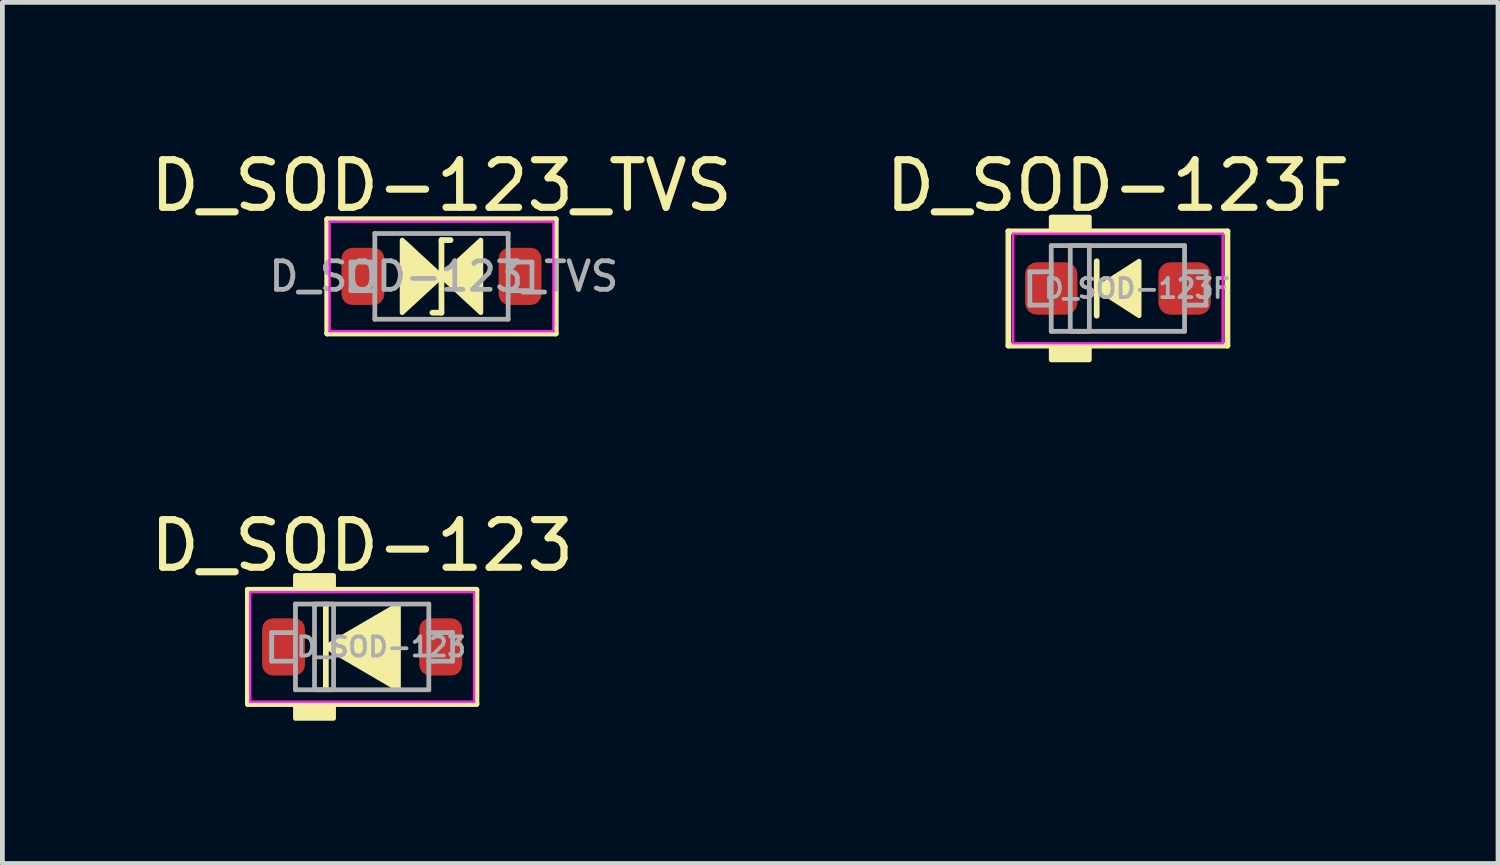
<source format=kicad_pcb>
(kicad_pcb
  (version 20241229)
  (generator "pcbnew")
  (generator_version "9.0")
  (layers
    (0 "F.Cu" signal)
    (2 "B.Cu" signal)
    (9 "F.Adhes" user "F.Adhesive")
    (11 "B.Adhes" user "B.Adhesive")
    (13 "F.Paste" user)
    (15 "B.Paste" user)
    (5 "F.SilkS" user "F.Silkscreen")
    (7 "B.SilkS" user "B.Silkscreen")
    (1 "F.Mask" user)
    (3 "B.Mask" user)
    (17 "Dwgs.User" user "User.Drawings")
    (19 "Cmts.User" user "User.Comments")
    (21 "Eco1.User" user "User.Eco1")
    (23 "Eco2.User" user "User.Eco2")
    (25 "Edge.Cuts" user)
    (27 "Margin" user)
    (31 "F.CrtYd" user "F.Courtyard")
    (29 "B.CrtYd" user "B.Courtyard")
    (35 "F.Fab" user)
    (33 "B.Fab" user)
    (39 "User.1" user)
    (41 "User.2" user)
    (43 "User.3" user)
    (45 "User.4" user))
  (footprint "D_SOD-123_TVS"
    (layer "F.Cu")
    (at 6.22 2.753)
    (property "Reference" "D_SOD-123_TVS" (at 0 -1.905 0) (layer "F.SilkS") (effects (font (size 1 1) (thickness 0.15))))
    (attr smd)
    (fp_line (start -2.4 -1.2) (end -2.4 1.2) (stroke (width 0.12) (type solid)) (layer "F.SilkS"))
    (fp_line (start -2.4 1.2) (end 2.4 1.2) (stroke (width 0.12) (type solid)) (layer "F.SilkS"))
    (fp_line (start -0.191 0.762) (end 0 0.762) (stroke (width 0.12) (type solid)) (layer "F.SilkS"))
    (fp_line (start 0 -0.762) (end 0 0.762) (stroke (width 0.12) (type solid)) (layer "F.SilkS"))
    (fp_line (start 0 -0.762) (end 0.191 -0.762) (stroke (width 0.12) (type solid)) (layer "F.SilkS"))
    (fp_line (start 2.4 -1.2) (end -2.4 -1.2) (stroke (width 0.12) (type solid)) (layer "F.SilkS"))
    (fp_line (start 2.4 1.2) (end 2.4 -1.2) (stroke (width 0.12) (type solid)) (layer "F.SilkS"))
    (fp_poly (pts (xy 0 0) (xy -0.826 0.762) (xy -0.826 -0.762)) (stroke (width 0.1) (type solid)) (fill yes) (layer "F.SilkS"))
    (fp_poly (pts (xy 0 0) (xy 0.826 -0.762) (xy 0.826 0.762)) (stroke (width 0.1) (type solid)) (fill yes) (layer "F.SilkS"))
    (fp_line (start -2.35 -1.15) (end -2.35 1.15) (stroke (width 0.05) (type solid)) (layer "F.CrtYd"))
    (fp_line (start -2.35 -1.15) (end 2.35 -1.15) (stroke (width 0.05) (type solid)) (layer "F.CrtYd"))
    (fp_line (start 2.35 -1.15) (end 2.35 1.15) (stroke (width 0.05) (type solid)) (layer "F.CrtYd"))
    (fp_line (start 2.35 1.15) (end -2.35 1.15) (stroke (width 0.05) (type solid)) (layer "F.CrtYd"))
    (fp_line (start -1.9 -0.3) (end -1.9 0.3) (stroke (width 0.1) (type solid)) (layer "F.Fab"))
    (fp_line (start -1.9 0.3) (end -1.4 0.3) (stroke (width 0.1) (type solid)) (layer "F.Fab"))
    (fp_line (start -1.4 -0.9) (end 1.4 -0.9) (stroke (width 0.1) (type solid)) (layer "F.Fab"))
    (fp_line (start -1.4 -0.3) (end -1.9 -0.3) (stroke (width 0.1) (type solid)) (layer "F.Fab"))
    (fp_line (start -1.4 0.9) (end -1.4 -0.9) (stroke (width 0.1) (type solid)) (layer "F.Fab"))
    (fp_line (start 1.4 -0.9) (end 1.4 0.9) (stroke (width 0.1) (type solid)) (layer "F.Fab"))
    (fp_line (start 1.4 -0.3) (end 1.9 -0.3) (stroke (width 0.1) (type solid)) (layer "F.Fab"))
    (fp_line (start 1.4 0.9) (end -1.4 0.9) (stroke (width 0.1) (type solid)) (layer "F.Fab"))
    (fp_line (start 1.5 0.3) (end 1.4 0.3) (stroke (width 0.1) (type solid)) (layer "F.Fab"))
    (fp_line (start 1.9 -0.3) (end 1.9 0.3) (stroke (width 0.1) (type solid)) (layer "F.Fab"))
    (fp_line (start 1.9 0.3) (end 1.5 0.3) (stroke (width 0.1) (type solid)) (layer "F.Fab"))
    (fp_text user "${REFERENCE}" (at 0.05 0 0) (layer "F.Fab") (effects (font (size 0.6 0.6) (thickness 0.1))))
    (pad "1" smd roundrect (at -1.65 0) (size 0.9 1.2) (layers "F.Cu" "F.Mask" "F.Paste") (roundrect_rratio 0.25))
    (pad "2" smd roundrect (at 1.65 0) (size 0.9 1.2) (layers "F.Cu" "F.Mask" "F.Paste") (roundrect_rratio 0.25)))
  (footprint "D_SOD-123"
    (layer "F.Cu")
    (at 4.554 10.533)
    (property "Reference" "D_SOD-123" (at 0 -2.127 0) (layer "F.SilkS") (effects (font (size 1 1) (thickness 0.15))))
    (attr smd)
    (fp_line (start -2.4 -1.2) (end -2.4 1.2) (stroke (width 0.12) (type solid)) (layer "F.SilkS"))
    (fp_line (start -2.4 1.2) (end 2.4 1.2) (stroke (width 0.12) (type solid)) (layer "F.SilkS"))
    (fp_line (start -0.762 -0.889) (end -0.762 0.889) (stroke (width 0.12) (type solid)) (layer "F.SilkS"))
    (fp_line (start 2.4 -1.2) (end -2.4 -1.2) (stroke (width 0.12) (type solid)) (layer "F.SilkS"))
    (fp_line (start 2.4 1.2) (end 2.4 -1.2) (stroke (width 0.12) (type solid)) (layer "F.SilkS"))
    (fp_poly (pts (xy 0.762 0.889) (xy -0.762 0) (xy 0.762 -0.889)) (stroke (width 0.1) (type solid)) (fill yes) (layer "F.SilkS"))
    (fp_poly (pts (xy -0.6 -1.2) (xy -1.4 -1.2) (xy -1.4 -1.5) (xy -0.6 -1.5)) (stroke (width 0.1) (type solid)) (fill yes) (layer "F.SilkS"))
    (fp_poly (pts (xy -0.6 1.5) (xy -1.4 1.5) (xy -1.4 1.2) (xy -0.6 1.2)) (stroke (width 0.1) (type solid)) (fill yes) (layer "F.SilkS"))
    (fp_line (start -2.35 -1.15) (end -2.35 1.15) (stroke (width 0.05) (type solid)) (layer "F.CrtYd"))
    (fp_line (start -2.35 -1.15) (end 2.35 -1.15) (stroke (width 0.05) (type solid)) (layer "F.CrtYd"))
    (fp_line (start 2.35 -1.15) (end 2.35 1.15) (stroke (width 0.05) (type solid)) (layer "F.CrtYd"))
    (fp_line (start 2.35 1.15) (end -2.35 1.15) (stroke (width 0.05) (type solid)) (layer "F.CrtYd"))
    (fp_line (start -1.9 -0.3) (end -1.9 0.3) (stroke (width 0.1) (type solid)) (layer "F.Fab"))
    (fp_line (start -1.9 0.3) (end -1.4 0.3) (stroke (width 0.1) (type solid)) (layer "F.Fab"))
    (fp_line (start -1.4 -0.9) (end 1.4 -0.9) (stroke (width 0.1) (type solid)) (layer "F.Fab"))
    (fp_line (start -1.4 -0.3) (end -1.9 -0.3) (stroke (width 0.1) (type solid)) (layer "F.Fab"))
    (fp_line (start -1.4 0.9) (end -1.4 -0.9) (stroke (width 0.1) (type solid)) (layer "F.Fab"))
    (fp_line (start 1.4 -0.9) (end 1.4 0.9) (stroke (width 0.1) (type solid)) (layer "F.Fab"))
    (fp_line (start 1.4 -0.3) (end 1.9 -0.3) (stroke (width 0.1) (type solid)) (layer "F.Fab"))
    (fp_line (start 1.4 0.9) (end -1.4 0.9) (stroke (width 0.1) (type solid)) (layer "F.Fab"))
    (fp_line (start 1.5 0.3) (end 1.4 0.3) (stroke (width 0.1) (type solid)) (layer "F.Fab"))
    (fp_line (start 1.9 -0.3) (end 1.9 0.3) (stroke (width 0.1) (type solid)) (layer "F.Fab"))
    (fp_line (start 1.9 0.3) (end 1.5 0.3) (stroke (width 0.1) (type solid)) (layer "F.Fab"))
    (fp_rect (start -1 -0.9) (end -0.6 0.9) (stroke (width 0.1) (type solid)) (fill no) (layer "F.Fab"))
    (fp_text user "${REFERENCE}" (at 0.4 0 0) (layer "F.Fab") (effects (font (size 0.4 0.4) (thickness 0.08))))
    (pad "1" smd roundrect (at -1.65 0) (size 0.9 1.2) (layers "F.Cu" "F.Mask" "F.Paste") (roundrect_rratio 0.25))
    (pad "2" smd roundrect (at 1.65 0) (size 0.9 1.2) (layers "F.Cu" "F.Mask" "F.Paste") (roundrect_rratio 0.25)))
  (footprint "D_SOD-123F"
    (layer "F.Cu")
    (at 20.423 3.007)
    (property "Reference" "D_SOD-123F" (at 0 -2.159 0) (layer "F.SilkS") (effects (font (size 1 1) (thickness 0.15))))
    (attr smd)
    (fp_line (start -2.3 -1.2) (end -2.3 1.2) (stroke (width 0.12) (type solid)) (layer "F.SilkS"))
    (fp_line (start -2.3 1.2) (end 2.3 1.2) (stroke (width 0.12) (type solid)) (layer "F.SilkS"))
    (fp_line (start -0.445 -0.572) (end -0.445 0.572) (stroke (width 0.12) (type solid)) (layer "F.SilkS"))
    (fp_line (start 2.3 -1.2) (end -2.3 -1.2) (stroke (width 0.12) (type solid)) (layer "F.SilkS"))
    (fp_line (start 2.3 1.2) (end 2.3 -1.2) (stroke (width 0.12) (type solid)) (layer "F.SilkS"))
    (fp_poly (pts (xy 0.445 0.572) (xy -0.445 0) (xy 0.445 -0.572)) (stroke (width 0.1) (type solid)) (fill yes) (layer "F.SilkS"))
    (fp_poly (pts (xy -0.6 -1.2) (xy -1.4 -1.2) (xy -1.4 -1.5) (xy -0.6 -1.5)) (stroke (width 0.1) (type solid)) (fill yes) (layer "F.SilkS"))
    (fp_poly (pts (xy -0.6 1.5) (xy -1.4 1.5) (xy -1.4 1.2) (xy -0.6 1.2)) (stroke (width 0.1) (type solid)) (fill yes) (layer "F.SilkS"))
    (fp_line (start -2.2 -1.15) (end -2.2 1.15) (stroke (width 0.05) (type solid)) (layer "F.CrtYd"))
    (fp_line (start -2.2 -1.15) (end 2.2 -1.15) (stroke (width 0.05) (type solid)) (layer "F.CrtYd"))
    (fp_line (start 2.2 -1.15) (end 2.2 1.15) (stroke (width 0.05) (type solid)) (layer "F.CrtYd"))
    (fp_line (start 2.2 1.15) (end -2.2 1.15) (stroke (width 0.05) (type solid)) (layer "F.CrtYd"))
    (fp_line (start -1.85 -0.35) (end -1.85 0.35) (stroke (width 0.1) (type solid)) (layer "F.Fab"))
    (fp_line (start -1.85 -0.35) (end -1.4 -0.35) (stroke (width 0.1) (type solid)) (layer "F.Fab"))
    (fp_line (start -1.85 0.35) (end -1.4 0.35) (stroke (width 0.1) (type solid)) (layer "F.Fab"))
    (fp_line (start -1.4 -0.9) (end 1.4 -0.9) (stroke (width 0.1) (type solid)) (layer "F.Fab"))
    (fp_line (start -1.4 0.9) (end -1.4 -0.9) (stroke (width 0.1) (type solid)) (layer "F.Fab"))
    (fp_line (start 1.4 -0.9) (end 1.4 0.9) (stroke (width 0.1) (type solid)) (layer "F.Fab"))
    (fp_line (start 1.4 0.9) (end -1.4 0.9) (stroke (width 0.1) (type solid)) (layer "F.Fab"))
    (fp_line (start 1.85 -0.35) (end 1.4 -0.35) (stroke (width 0.1) (type solid)) (layer "F.Fab"))
    (fp_line (start 1.85 0.35) (end 1.4 0.35) (stroke (width 0.1) (type solid)) (layer "F.Fab"))
    (fp_line (start 1.85 0.35) (end 1.85 -0.35) (stroke (width 0.1) (type solid)) (layer "F.Fab"))
    (fp_rect (start -1 -0.9) (end -0.6 0.9) (stroke (width 0.1) (type solid)) (fill no) (layer "F.Fab"))
    (fp_text user "${REFERENCE}" (at 0.4 0 0) (layer "F.Fab") (effects (font (size 0.4 0.4) (thickness 0.08))))
    (pad "1" smd roundrect (at -1.4 0) (size 1.1 1.1) (layers "F.Cu" "F.Mask" "F.Paste") (roundrect_rratio 0.227))
    (pad "2" smd roundrect (at 1.4 0) (size 1.1 1.1) (layers "F.Cu" "F.Mask" "F.Paste") (roundrect_rratio 0.227)))
  (gr_rect
    (start -3 -3)
    (end 28.405 15.082)
    (stroke (width 0.1) (type default))
    (fill no)
    (layer "Edge.Cuts")))
</source>
